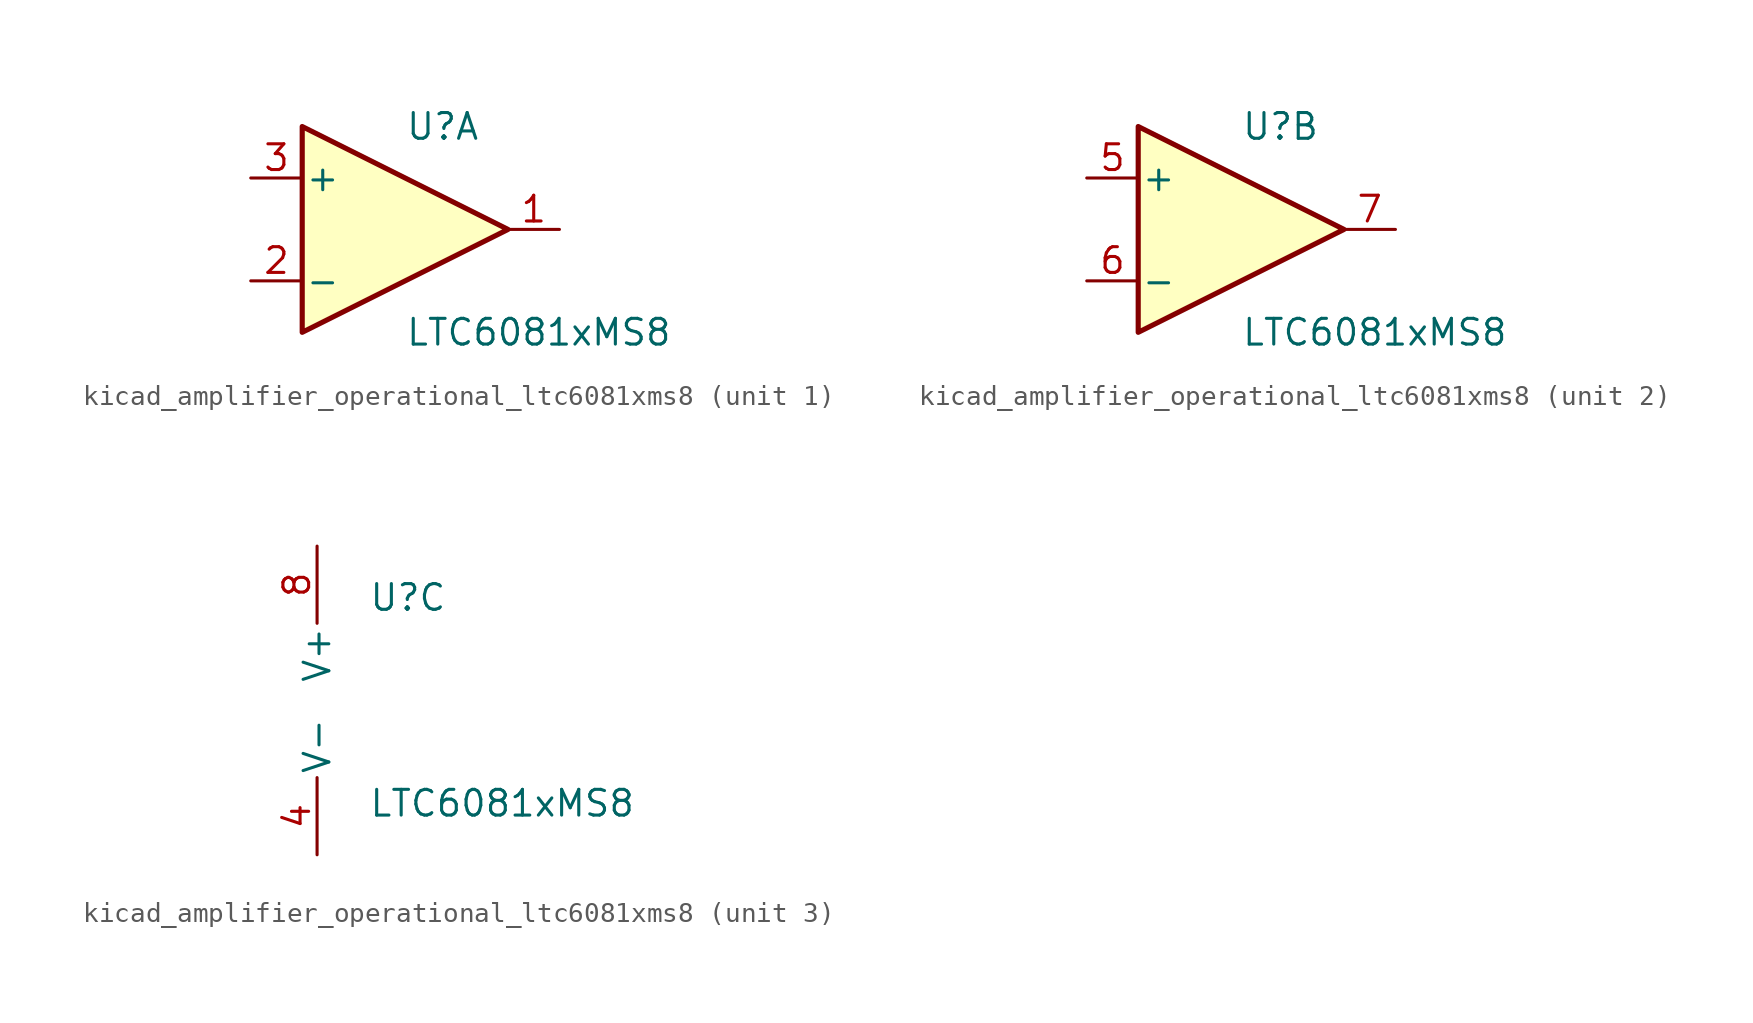
<source format=kicad_sym>
(kicad_symbol_lib
  (version 20220914)
  (generator kicad_symbol_editor)
  (symbol "kicad_amplifier_operational_ltc6081xms8"
    (pin_names
      (offset 0.127))
    (property "Reference" "U"
      (at 0 5.08 0)
      (effects (font (size 1.27 1.27)) (justify left)))
    (property "Value" "LTC6081xMS8"
      (at 0 -5.08 0)
      (effects (font (size 1.27 1.27)) (justify left)))
    (property "ki_locked" ""
      (at 0 0 0)
      (effects (font (size 1.27 1.27))))
    (symbol "kicad_amplifier_operational_ltc6081xms8_1_1"
      (polyline (pts (xy -5.08 5.08) (xy 5.08 0) (xy -5.08 -5.08) (xy -5.08 5.08)) (stroke (width 0.254) (type default)) (fill (type background)))
      (pin output line (at 7.62 0 180) (length 2.54) (name "~" (effects (font (size 1.27 1.27)))) (number "1" (effects (font (size 1.27 1.27)))))
      (pin input line (at -7.62 -2.54 0) (length 2.54) (name "-" (effects (font (size 1.27 1.27)))) (number "2" (effects (font (size 1.27 1.27)))))
      (pin input line (at -7.62 2.54 0) (length 2.54) (name "+" (effects (font (size 1.27 1.27)))) (number "3" (effects (font (size 1.27 1.27))))))
    (symbol "kicad_amplifier_operational_ltc6081xms8_2_1"
      (polyline (pts (xy -5.08 5.08) (xy 5.08 0) (xy -5.08 -5.08) (xy -5.08 5.08)) (stroke (width 0.254) (type default)) (fill (type background)))
      (pin input line (at -7.62 2.54 0) (length 2.54) (name "+" (effects (font (size 1.27 1.27)))) (number "5" (effects (font (size 1.27 1.27)))))
      (pin input line (at -7.62 -2.54 0) (length 2.54) (name "-" (effects (font (size 1.27 1.27)))) (number "6" (effects (font (size 1.27 1.27)))))
      (pin output line (at 7.62 0 180) (length 2.54) (name "~" (effects (font (size 1.27 1.27)))) (number "7" (effects (font (size 1.27 1.27))))))
    (symbol "kicad_amplifier_operational_ltc6081xms8_3_1"
      (pin power_in line (at -2.54 -7.62 90) (length 3.81) (name "V-" (effects (font (size 1.27 1.27)))) (number "4" (effects (font (size 1.27 1.27)))))
      (pin power_in line (at -2.54 7.62 270) (length 3.81) (name "V+" (effects (font (size 1.27 1.27)))) (number "8" (effects (font (size 1.27 1.27))))))))
</source>
